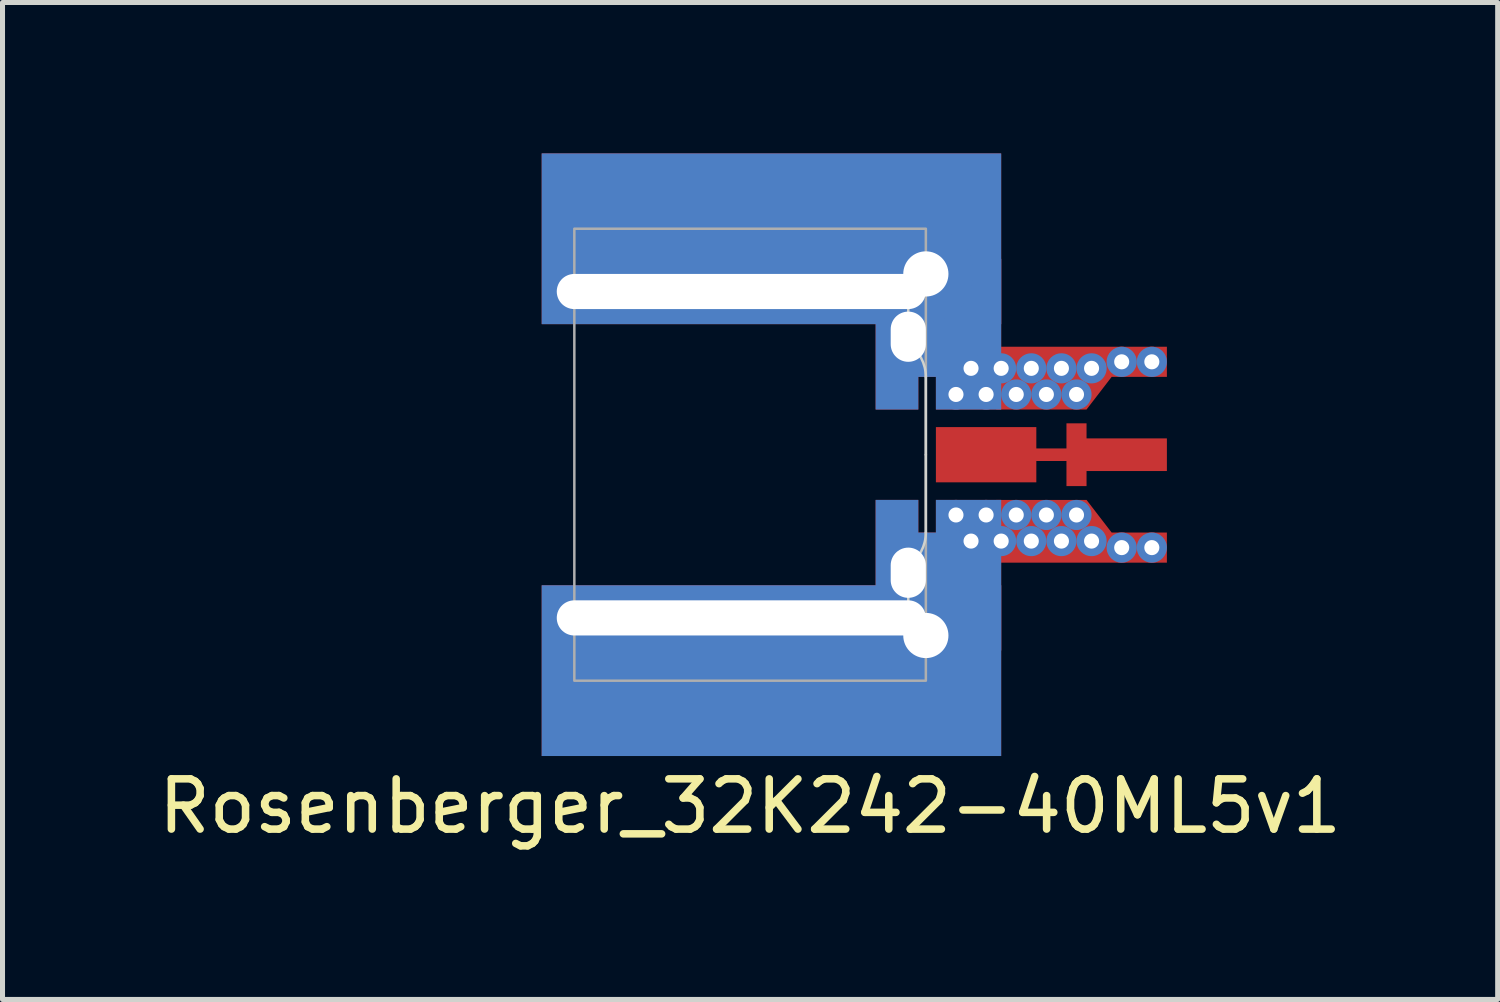
<source format=kicad_pcb>
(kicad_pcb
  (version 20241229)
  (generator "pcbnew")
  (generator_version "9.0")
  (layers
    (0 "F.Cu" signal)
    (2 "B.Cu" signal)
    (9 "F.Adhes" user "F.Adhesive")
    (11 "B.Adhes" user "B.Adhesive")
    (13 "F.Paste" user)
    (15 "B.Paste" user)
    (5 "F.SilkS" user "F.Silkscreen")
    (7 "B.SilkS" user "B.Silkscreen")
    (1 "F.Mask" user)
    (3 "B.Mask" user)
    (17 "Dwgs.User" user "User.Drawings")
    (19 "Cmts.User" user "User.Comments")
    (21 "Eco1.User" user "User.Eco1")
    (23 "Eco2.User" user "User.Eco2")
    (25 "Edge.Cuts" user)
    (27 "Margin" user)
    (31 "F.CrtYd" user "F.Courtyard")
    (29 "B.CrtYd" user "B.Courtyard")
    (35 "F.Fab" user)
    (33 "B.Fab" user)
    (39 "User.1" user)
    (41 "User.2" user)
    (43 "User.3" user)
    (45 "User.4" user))
  (footprint "Rosenberger_32K242-40ML5v1"
    (layer "F.Cu")
    (at 8.387 6.005)
    (property "Reference" "Rosenberger_32K242-40ML5v1" (at 3.5 7 0) (unlocked yes) (layer "F.SilkS") (effects (font (size 1 1) (thickness 0.15))))
    (attr through_hole allow_soldermask_bridges)
    (fp_poly (pts (xy 8.5 -1) (xy 7.3 -1) (xy 7.3 -1.65) (xy 6.1 -1.65) (xy 6.1 -2.7) (xy -0.65 -2.7) (xy -0.65 2.7) (xy 6.1 2.7) (xy 6.1 1.65) (xy 7.3 1.65) (xy 7.3 1) (xy 8.5 1) (xy 8.5 0.55) (xy 9.2 0.55) (xy 9.2 -0.55) (xy 8.5 -0.55)) (stroke (width 0) (type solid)) (fill yes) (layer "F.Mask"))
    (fp_poly (pts (xy 11.8 2.15) (xy 8.7 2.15) (xy 8.7 0.75) (xy 8.45 0.75) (xy 8.45 0.55) (xy 9.2 0.55) (xy 9.2 0.75) (xy 9.4 0.75) (xy 9.4 -0.75) (xy 9.2 -0.75) (xy 9.2 -0.55) (xy 8.45 -0.55) (xy 8.45 -0.75) (xy 8.7 -0.75) (xy 8.7 -2.15) (xy 11.8 -2.15)) (stroke (width 0) (type solid)) (fill yes) (layer "F.Mask"))
    (fp_rect (start 6 -1.55) (end 8.5 1.55) (stroke (width 0) (type solid)) (fill yes) (layer "B.Mask"))
    (fp_line (start 0 -3.25) (end 6.65 -3.25) (stroke (width 0.05) (type solid)) (layer "Edge.Cuts"))
    (fp_line (start 0 3.25) (end 6.65 3.25) (stroke (width 0.05) (type solid)) (layer "Edge.Cuts"))
    (fp_line (start 6.65 -3.25) (end 6.65 -2.211) (stroke (width 0.05) (type default)) (layer "Edge.Cuts"))
    (fp_line (start 6.65 3.25) (end 6.65 2.211) (stroke (width 0.05) (type default)) (layer "Edge.Cuts"))
    (fp_line (start 7 -1.55) (end 7 0) (stroke (width 0.05) (type solid)) (layer "Edge.Cuts"))
    (fp_line (start 7 0) (end 7 1.55) (stroke (width 0.05) (type solid)) (layer "Edge.Cuts"))
    (fp_arc (start 6.65 -2.211438) (mid 6.907107 -1.924166) (end 7 -1.55) (stroke (width 0.05) (type default)) (layer "Edge.Cuts"))
    (fp_arc (start 7 1.55) (mid 6.907107 1.924166) (end 6.65 2.211438) (stroke (width 0.05) (type default)) (layer "Edge.Cuts"))
    (fp_line (start 0 -3.5) (end 6.975 -3.5) (stroke (width 0.05) (type solid)) (layer "F.Fab"))
    (fp_line (start 0 3.5) (end 6.975 3.5) (stroke (width 0.05) (type solid)) (layer "F.Fab"))
    (fp_rect (start 0 4.5) (end 7 -4.5) (stroke (width 0.05) (type solid)) (fill no) (layer "F.Fab"))
    (fp_line (start 0 -3.6) (end 6.55 -3.6) (stroke (width 0.01) (type solid)) (layer "User.1"))
    (fp_line (start 0 -2.9) (end 6.3 -2.9) (stroke (width 0.01) (type solid)) (layer "User.1"))
    (fp_line (start 0 3.6) (end 6.55 3.6) (stroke (width 0.01) (type solid)) (layer "User.1"))
    (fp_line (start 0.3 -6) (end 0.3 -3.6) (stroke (width 0.01) (type solid)) (layer "User.1"))
    (fp_line (start 0.3 3.6) (end 0.3 6) (stroke (width 0.01) (type solid)) (layer "User.1"))
    (fp_line (start 0.3 6) (end 11.8 6) (stroke (width 0.01) (type solid)) (layer "User.1"))
    (fp_line (start 5.4 -1.55) (end 5.4 1.55) (stroke (width 0.01) (type solid)) (layer "User.1"))
    (fp_line (start 6.3 -2.9) (end 6.3 -1.45) (stroke (width 0.01) (type solid)) (layer "User.1"))
    (fp_line (start 6.3 1.45) (end 6.3 2.9) (stroke (width 0.01) (type solid)) (layer "User.1"))
    (fp_line (start 6.3 2.9) (end 0 2.9) (stroke (width 0.01) (type solid)) (layer "User.1"))
    (fp_line (start 7 -3.15) (end 7 -1.55) (stroke (width 0.01) (type solid)) (layer "User.1"))
    (fp_line (start 7 1.55) (end 7 -1.55) (stroke (width 0.01) (type solid)) (layer "User.1"))
    (fp_line (start 7 1.55) (end 7 3.15) (stroke (width 0.01) (type solid)) (layer "User.1"))
    (fp_line (start 7 1.55) (end 7.2 1.55) (stroke (width 0.01) (type solid)) (layer "User.1"))
    (fp_line (start 7.2 -1.55) (end 7 -1.55) (stroke (width 0.01) (type solid)) (layer "User.1"))
    (fp_line (start 7.2 -1.55) (end 7.2 -0.9) (stroke (width 0.01) (type solid)) (layer "User.1"))
    (fp_line (start 7.2 -0.9) (end 10.2 -0.9) (stroke (width 0.01) (type solid)) (layer "User.1"))
    (fp_line (start 7.2 0.9) (end 7.2 1.55) (stroke (width 0.01) (type solid)) (layer "User.1"))
    (fp_line (start 10.2 -0.9) (end 10.7 -1.55) (stroke (width 0.01) (type solid)) (layer "User.1"))
    (fp_line (start 10.2 0.9) (end 7.2 0.9) (stroke (width 0.01) (type solid)) (layer "User.1"))
    (fp_line (start 10.7 -1.55) (end 11.8 -1.55) (stroke (width 0.01) (type solid)) (layer "User.1"))
    (fp_line (start 10.7 1.55) (end 10.2 0.9) (stroke (width 0.01) (type solid)) (layer "User.1"))
    (fp_line (start 11.5 -2.15) (end 11.5 -2.35) (stroke (width 0.01) (type solid)) (layer "User.1"))
    (fp_line (start 11.5 2.35) (end 11.5 2.15) (stroke (width 0.01) (type solid)) (layer "User.1"))
    (fp_line (start 11.8 -6) (end 0.3 -6) (stroke (width 0.01) (type solid)) (layer "User.1"))
    (fp_line (start 11.8 -1.55) (end 11.8 -6) (stroke (width 0.01) (type solid)) (layer "User.1"))
    (fp_line (start 11.8 1.55) (end 10.7 1.55) (stroke (width 0.01) (type solid)) (layer "User.1"))
    (fp_line (start 11.8 6) (end 11.8 1.55) (stroke (width 0.01) (type solid)) (layer "User.1"))
    (fp_arc (start -0.35 -3.25) (mid -0.247487 -3.497487) (end 0 -3.6) (stroke (width 0.01) (type solid)) (layer "User.1"))
    (fp_arc (start -0.35 3.25) (mid -0.247487 3.002513) (end 0 2.9) (stroke (width 0.01) (type solid)) (layer "User.1"))
    (fp_arc (start 0 -2.9) (mid -0.247487 -3.002513) (end -0.35 -3.25) (stroke (width 0.01) (type solid)) (layer "User.1"))
    (fp_arc (start 0 3.6) (mid -0.247487 3.497487) (end -0.35 3.25) (stroke (width 0.01) (type solid)) (layer "User.1"))
    (fp_arc (start 5.4 -1.55) (mid 5.634315 -2.115685) (end 6.2 -2.35) (stroke (width 0.01) (type solid)) (layer "User.1"))
    (fp_arc (start 6.2 -2.35) (mid 6.765685 -2.115685) (end 7 -1.55) (stroke (width 0.01) (type solid)) (layer "User.1"))
    (fp_arc (start 6.2 2.35) (mid 5.634315 2.115685) (end 5.4 1.55) (stroke (width 0.01) (type solid)) (layer "User.1"))
    (fp_arc (start 6.3 1.45) (mid 6.402513 1.202513) (end 6.65 1.1) (stroke (width 0.01) (type solid)) (layer "User.1"))
    (fp_arc (start 6.55 -3.6) (mid 6.827792 -4.015746) (end 7.318198 -3.918198) (stroke (width 0.01) (type solid)) (layer "User.1"))
    (fp_arc (start 6.65 -1.1) (mid 6.402513 -1.202513) (end 6.3 -1.45) (stroke (width 0.01) (type solid)) (layer "User.1"))
    (fp_arc (start 6.65 1.1) (mid 6.897487 1.202513) (end 7 1.45) (stroke (width 0.01) (type solid)) (layer "User.1"))
    (fp_arc (start 6.994984 -1.639443) (mid 6.998745 -1.594792) (end 7 -1.55) (stroke (width 0.01) (type solid)) (layer "User.1"))
    (fp_arc (start 7 -1.45) (mid 6.897487 -1.202513) (end 6.65 -1.1) (stroke (width 0.01) (type solid)) (layer "User.1"))
    (fp_arc (start 7 1.55) (mid 6.765685 2.115685) (end 6.2 2.35) (stroke (width 0.01) (type solid)) (layer "User.1"))
    (fp_arc (start 7 1.55) (mid 6.998745 1.594792) (end 6.994984 1.639443) (stroke (width 0.01) (type solid)) (layer "User.1"))
    (fp_arc (start 7 3.15) (mid 7.415746 3.427792) (end 7.318198 3.918198) (stroke (width 0.01) (type solid)) (layer "User.1"))
    (fp_arc (start 7.318198 -3.918198) (mid 7.415746 -3.427792) (end 7 -3.15) (stroke (width 0.01) (type solid)) (layer "User.1"))
    (fp_arc (start 7.318198 3.918198) (mid 6.827792 4.015746) (end 6.55 3.6) (stroke (width 0.01) (type solid)) (layer "User.1"))
    (fp_circle (center 7.6 -1.2) (end 7.75 -1.2) (stroke (width 0.01) (type solid)) (fill no) (layer "User.1"))
    (fp_circle (center 7.6 -1.2) (end 7.9 -1.2) (stroke (width 0.01) (type solid)) (fill no) (layer "User.1"))
    (fp_circle (center 7.6 1.2) (end 7.75 1.2) (stroke (width 0.01) (type solid)) (fill no) (layer "User.1"))
    (fp_circle (center 7.6 1.2) (end 7.9 1.2) (stroke (width 0.01) (type solid)) (fill no) (layer "User.1"))
    (fp_circle (center 7.9 -1.72) (end 8.05 -1.72) (stroke (width 0.01) (type solid)) (fill no) (layer "User.1"))
    (fp_circle (center 7.9 -1.72) (end 8.2 -1.72) (stroke (width 0.01) (type solid)) (fill no) (layer "User.1"))
    (fp_circle (center 7.9 1.72) (end 8.05 1.72) (stroke (width 0.01) (type solid)) (fill no) (layer "User.1"))
    (fp_circle (center 7.9 1.72) (end 8.2 1.72) (stroke (width 0.01) (type solid)) (fill no) (layer "User.1"))
    (fp_circle (center 8.2 -1.2) (end 8.35 -1.2) (stroke (width 0.01) (type solid)) (fill no) (layer "User.1"))
    (fp_circle (center 8.2 -1.2) (end 8.5 -1.2) (stroke (width 0.01) (type solid)) (fill no) (layer "User.1"))
    (fp_circle (center 8.2 1.2) (end 8.35 1.2) (stroke (width 0.01) (type solid)) (fill no) (layer "User.1"))
    (fp_circle (center 8.2 1.2) (end 8.5 1.2) (stroke (width 0.01) (type solid)) (fill no) (layer "User.1"))
    (fp_circle (center 8.5 -1.72) (end 8.65 -1.72) (stroke (width 0.01) (type solid)) (fill no) (layer "User.1"))
    (fp_circle (center 8.5 -1.72) (end 8.8 -1.72) (stroke (width 0.01) (type solid)) (fill no) (layer "User.1"))
    (fp_circle (center 8.5 1.72) (end 8.65 1.72) (stroke (width 0.01) (type solid)) (fill no) (layer "User.1"))
    (fp_circle (center 8.5 1.72) (end 8.8 1.72) (stroke (width 0.01) (type solid)) (fill no) (layer "User.1"))
    (fp_circle (center 8.8 -1.2) (end 8.95 -1.2) (stroke (width 0.01) (type solid)) (fill no) (layer "User.1"))
    (fp_circle (center 8.8 -1.2) (end 9.1 -1.2) (stroke (width 0.01) (type solid)) (fill no) (layer "User.1"))
    (fp_circle (center 8.8 1.2) (end 8.95 1.2) (stroke (width 0.01) (type solid)) (fill no) (layer "User.1"))
    (fp_circle (center 8.8 1.2) (end 9.1 1.2) (stroke (width 0.01) (type solid)) (fill no) (layer "User.1"))
    (fp_circle (center 9.1 -1.72) (end 9.25 -1.72) (stroke (width 0.01) (type solid)) (fill no) (layer "User.1"))
    (fp_circle (center 9.1 -1.72) (end 9.4 -1.72) (stroke (width 0.01) (type solid)) (fill no) (layer "User.1"))
    (fp_circle (center 9.1 1.72) (end 9.25 1.72) (stroke (width 0.01) (type solid)) (fill no) (layer "User.1"))
    (fp_circle (center 9.1 1.72) (end 9.4 1.72) (stroke (width 0.01) (type solid)) (fill no) (layer "User.1"))
    (fp_circle (center 9.4 -1.2) (end 9.55 -1.2) (stroke (width 0.01) (type solid)) (fill no) (layer "User.1"))
    (fp_circle (center 9.4 -1.2) (end 9.7 -1.2) (stroke (width 0.01) (type solid)) (fill no) (layer "User.1"))
    (fp_circle (center 9.4 1.2) (end 9.55 1.2) (stroke (width 0.01) (type solid)) (fill no) (layer "User.1"))
    (fp_circle (center 9.4 1.2) (end 9.7 1.2) (stroke (width 0.01) (type solid)) (fill no) (layer "User.1"))
    (fp_circle (center 9.7 -1.72) (end 9.85 -1.72) (stroke (width 0.01) (type solid)) (fill no) (layer "User.1"))
    (fp_circle (center 9.7 -1.72) (end 10 -1.72) (stroke (width 0.01) (type solid)) (fill no) (layer "User.1"))
    (fp_circle (center 9.7 1.72) (end 9.85 1.72) (stroke (width 0.01) (type solid)) (fill no) (layer "User.1"))
    (fp_circle (center 9.7 1.72) (end 10 1.72) (stroke (width 0.01) (type solid)) (fill no) (layer "User.1"))
    (fp_circle (center 10 -1.2) (end 10.15 -1.2) (stroke (width 0.01) (type solid)) (fill no) (layer "User.1"))
    (fp_circle (center 10 -1.2) (end 10.3 -1.2) (stroke (width 0.01) (type solid)) (fill no) (layer "User.1"))
    (fp_circle (center 10 1.2) (end 10.15 1.2) (stroke (width 0.01) (type solid)) (fill no) (layer "User.1"))
    (fp_circle (center 10 1.2) (end 10.3 1.2) (stroke (width 0.01) (type solid)) (fill no) (layer "User.1"))
    (fp_circle (center 10.3 -1.72) (end 10.45 -1.72) (stroke (width 0.01) (type solid)) (fill no) (layer "User.1"))
    (fp_circle (center 10.3 -1.72) (end 10.6 -1.72) (stroke (width 0.01) (type solid)) (fill no) (layer "User.1"))
    (fp_circle (center 10.3 1.72) (end 10.45 1.72) (stroke (width 0.01) (type solid)) (fill no) (layer "User.1"))
    (fp_circle (center 10.3 1.72) (end 10.6 1.72) (stroke (width 0.01) (type solid)) (fill no) (layer "User.1"))
    (fp_circle (center 10.9 -1.85) (end 11.05 -1.85) (stroke (width 0.01) (type solid)) (fill no) (layer "User.1"))
    (fp_circle (center 10.9 -1.85) (end 11.2 -1.85) (stroke (width 0.01) (type solid)) (fill no) (layer "User.1"))
    (fp_circle (center 10.9 1.85) (end 11.05 1.85) (stroke (width 0.01) (type solid)) (fill no) (layer "User.1"))
    (fp_circle (center 10.9 1.85) (end 11.2 1.85) (stroke (width 0.01) (type solid)) (fill no) (layer "User.1"))
    (fp_circle (center 11.5 -1.85) (end 11.65 -1.85) (stroke (width 0.01) (type solid)) (fill no) (layer "User.1"))
    (fp_circle (center 11.5 -1.85) (end 11.8 -1.85) (stroke (width 0.01) (type solid)) (fill no) (layer "User.1"))
    (fp_circle (center 11.5 1.85) (end 11.65 1.85) (stroke (width 0.01) (type solid)) (fill no) (layer "User.1"))
    (fp_circle (center 11.5 1.85) (end 11.8 1.85) (stroke (width 0.01) (type solid)) (fill no) (layer "User.1"))
    (fp_poly (pts (xy 10.2 0.625) (xy 9.8 0.625) (xy 9.8 0.125) (xy 9.2 0.125) (xy 9.2 0.55) (xy 7.2 0.55) (xy 7.2 -0.55) (xy 9.2 -0.55) (xy 9.2 -0.125) (xy 9.8 -0.125) (xy 9.8 -0.625) (xy 10.2 -0.625) (xy 10.2 -0.325) (xy 11.8 -0.325) (xy 11.8 0.325) (xy 10.2 0.325)) (stroke (width 0.01) (type solid)) (fill no) (layer "User.1"))
    (fp_line (start 0.3 -6) (end 0.3 -3.6) (stroke (width 0.01) (type solid)) (layer "User.2"))
    (fp_line (start 0.3 -3.6) (end 6.55 -3.6) (stroke (width 0.01) (type solid)) (layer "User.2"))
    (fp_line (start 0.3 3.6) (end 0.3 6) (stroke (width 0.01) (type solid)) (layer "User.2"))
    (fp_line (start 0.3 3.6) (end 6.55 3.6) (stroke (width 0.01) (type solid)) (layer "User.2"))
    (fp_line (start 0.3 6) (end 11.8 6) (stroke (width 0.01) (type solid)) (layer "User.2"))
    (fp_line (start 7 -3.15) (end 7 -1.55) (stroke (width 0.01) (type solid)) (layer "User.2"))
    (fp_line (start 7 1.55) (end 7 3.15) (stroke (width 0.01) (type solid)) (layer "User.2"))
    (fp_line (start 7 1.55) (end 7.2 1.55) (stroke (width 0.01) (type solid)) (layer "User.2"))
    (fp_line (start 7.2 -1.55) (end 7 -1.55) (stroke (width 0.01) (type solid)) (layer "User.2"))
    (fp_line (start 7.2 -1.55) (end 7.2 -1.55) (stroke (width 0.01) (type solid)) (layer "User.2"))
    (fp_line (start 7.2 -1.55) (end 7.2 -0.9) (stroke (width 0.01) (type solid)) (layer "User.2"))
    (fp_line (start 7.2 -0.9) (end 10.2 -0.9) (stroke (width 0.01) (type solid)) (layer "User.2"))
    (fp_line (start 7.2 0.9) (end 7.2 1.55) (stroke (width 0.01) (type solid)) (layer "User.2"))
    (fp_line (start 10.2 -0.9) (end 10.7 -1.55) (stroke (width 0.01) (type solid)) (layer "User.2"))
    (fp_line (start 10.2 0.9) (end 7.2 0.9) (stroke (width 0.01) (type solid)) (layer "User.2"))
    (fp_line (start 10.7 -1.55) (end 11.8 -1.55) (stroke (width 0.01) (type solid)) (layer "User.2"))
    (fp_line (start 10.7 1.55) (end 10.2 0.9) (stroke (width 0.01) (type solid)) (layer "User.2"))
    (fp_line (start 11.8 -6) (end 0.3 -6) (stroke (width 0.01) (type solid)) (layer "User.2"))
    (fp_line (start 11.8 -1.55) (end 11.8 -6) (stroke (width 0.01) (type solid)) (layer "User.2"))
    (fp_line (start 11.8 1.55) (end 10.7 1.55) (stroke (width 0.01) (type solid)) (layer "User.2"))
    (fp_line (start 11.8 6) (end 11.8 1.55) (stroke (width 0.01) (type solid)) (layer "User.2"))
    (fp_arc (start 6.55 -3.6) (mid 6.827792 -4.015746) (end 7.318198 -3.918198) (stroke (width 0.01) (type solid)) (layer "User.2"))
    (fp_arc (start 7 3.15) (mid 7.415746 3.427792) (end 7.318198 3.918198) (stroke (width 0.01) (type solid)) (layer "User.2"))
    (fp_arc (start 7.318198 -3.918198) (mid 7.415746 -3.427792) (end 7 -3.15) (stroke (width 0.01) (type solid)) (layer "User.2"))
    (fp_arc (start 7.318198 3.918198) (mid 6.827792 4.015746) (end 6.55 3.6) (stroke (width 0.01) (type solid)) (layer "User.2"))
    (fp_circle (center 7.6 -1.2) (end 7.75 -1.2) (stroke (width 0.01) (type solid)) (fill no) (layer "User.2"))
    (fp_circle (center 7.6 1.2) (end 7.75 1.2) (stroke (width 0.01) (type solid)) (fill no) (layer "User.2"))
    (fp_circle (center 7.9 -1.72) (end 8.05 -1.72) (stroke (width 0.01) (type solid)) (fill no) (layer "User.2"))
    (fp_circle (center 7.9 1.72) (end 8.05 1.72) (stroke (width 0.01) (type solid)) (fill no) (layer "User.2"))
    (fp_circle (center 8.2 -1.2) (end 8.35 -1.2) (stroke (width 0.01) (type solid)) (fill no) (layer "User.2"))
    (fp_circle (center 8.2 1.2) (end 8.35 1.2) (stroke (width 0.01) (type solid)) (fill no) (layer "User.2"))
    (fp_circle (center 8.5 -1.72) (end 8.65 -1.72) (stroke (width 0.01) (type solid)) (fill no) (layer "User.2"))
    (fp_circle (center 8.5 1.72) (end 8.65 1.72) (stroke (width 0.01) (type solid)) (fill no) (layer "User.2"))
    (fp_circle (center 8.8 -1.2) (end 8.95 -1.2) (stroke (width 0.01) (type solid)) (fill no) (layer "User.2"))
    (fp_circle (center 8.8 1.2) (end 8.95 1.2) (stroke (width 0.01) (type solid)) (fill no) (layer "User.2"))
    (fp_circle (center 9.1 -1.72) (end 9.25 -1.72) (stroke (width 0.01) (type solid)) (fill no) (layer "User.2"))
    (fp_circle (center 9.1 1.72) (end 9.25 1.72) (stroke (width 0.01) (type solid)) (fill no) (layer "User.2"))
    (fp_circle (center 9.4 -1.2) (end 9.55 -1.2) (stroke (width 0.01) (type solid)) (fill no) (layer "User.2"))
    (fp_circle (center 9.4 1.2) (end 9.55 1.2) (stroke (width 0.01) (type solid)) (fill no) (layer "User.2"))
    (fp_circle (center 9.7 -1.72) (end 9.85 -1.72) (stroke (width 0.01) (type solid)) (fill no) (layer "User.2"))
    (fp_circle (center 9.7 1.72) (end 9.85 1.72) (stroke (width 0.01) (type solid)) (fill no) (layer "User.2"))
    (fp_circle (center 10 -1.2) (end 10.15 -1.2) (stroke (width 0.01) (type solid)) (fill no) (layer "User.2"))
    (fp_circle (center 10 1.2) (end 10.15 1.2) (stroke (width 0.01) (type solid)) (fill no) (layer "User.2"))
    (fp_circle (center 10.3 -1.72) (end 10.45 -1.72) (stroke (width 0.01) (type solid)) (fill no) (layer "User.2"))
    (fp_circle (center 10.3 1.72) (end 10.45 1.72) (stroke (width 0.01) (type solid)) (fill no) (layer "User.2"))
    (fp_circle (center 10.9 -1.85) (end 11.05 -1.85) (stroke (width 0.01) (type solid)) (fill no) (layer "User.2"))
    (fp_circle (center 10.9 1.85) (end 11.05 1.85) (stroke (width 0.01) (type solid)) (fill no) (layer "User.2"))
    (fp_circle (center 11.5 -1.85) (end 11.65 -1.85) (stroke (width 0.01) (type solid)) (fill no) (layer "User.2"))
    (fp_circle (center 11.5 1.85) (end 11.65 1.85) (stroke (width 0.01) (type solid)) (fill no) (layer "User.2"))
    (fp_line (start 0.3 -6) (end 0.3 -3.6) (stroke (width 0.01) (type solid)) (layer "User.3"))
    (fp_line (start 0.3 -3.6) (end 6.55 -3.6) (stroke (width 0.01) (type solid)) (layer "User.3"))
    (fp_line (start 0.3 3.6) (end 0.3 6) (stroke (width 0.01) (type solid)) (layer "User.3"))
    (fp_line (start 0.3 6) (end 11.8 6) (stroke (width 0.01) (type solid)) (layer "User.3"))
    (fp_line (start 6.55 3.6) (end 0.3 3.6) (stroke (width 0.01) (type solid)) (layer "User.3"))
    (fp_line (start 7 -3.15) (end 7 -1.55) (stroke (width 0.01) (type solid)) (layer "User.3"))
    (fp_line (start 7 -3.15) (end 7 3.15) (stroke (width 0.01) (type solid)) (layer "User.3"))
    (fp_line (start 7 -1.55) (end 7 1.55) (stroke (width 0.01) (type solid)) (layer "User.3"))
    (fp_line (start 7 -1.55) (end 7.2 -1.55) (stroke (width 0.01) (type solid)) (layer "User.3"))
    (fp_line (start 7 1.55) (end 7 3.15) (stroke (width 0.01) (type solid)) (layer "User.3"))
    (fp_line (start 7 1.55) (end 7.2 1.55) (stroke (width 0.01) (type solid)) (layer "User.3"))
    (fp_line (start 7.2 -1.55) (end 7 -1.55) (stroke (width 0.01) (type solid)) (layer "User.3"))
    (fp_line (start 7.2 -1.55) (end 7.2 -0.9) (stroke (width 0.01) (type solid)) (layer "User.3"))
    (fp_line (start 7.2 -0.9) (end 9.2 -0.9) (stroke (width 0.01) (type solid)) (layer "User.3"))
    (fp_line (start 7.2 0.9) (end 7.2 1.55) (stroke (width 0.01) (type solid)) (layer "User.3"))
    (fp_line (start 7.2 1.55) (end 7 1.55) (stroke (width 0.01) (type solid)) (layer "User.3"))
    (fp_line (start 9.2 -0.9) (end 9.2 0.9) (stroke (width 0.01) (type solid)) (layer "User.3"))
    (fp_line (start 9.2 0.9) (end 7.2 0.9) (stroke (width 0.01) (type solid)) (layer "User.3"))
    (fp_line (start 11.8 -6) (end 0.3 -6) (stroke (width 0.01) (type solid)) (layer "User.3"))
    (fp_line (start 11.8 6) (end 11.8 -6) (stroke (width 0.01) (type solid)) (layer "User.3"))
    (fp_arc (start 6.55 -3.6) (mid 6.827792 -4.015746) (end 7.318198 -3.918198) (stroke (width 0.01) (type solid)) (layer "User.3"))
    (fp_arc (start 6.55 -3.6) (mid 6.827792 -4.015746) (end 7.318198 -3.918198) (stroke (width 0.01) (type solid)) (layer "User.3"))
    (fp_arc (start 7 3.15) (mid 7.415746 3.427792) (end 7.318198 3.918198) (stroke (width 0.01) (type solid)) (layer "User.3"))
    (fp_arc (start 7.318198 -3.918198) (mid 7.415746 -3.427792) (end 7 -3.15) (stroke (width 0.01) (type solid)) (layer "User.3"))
    (fp_arc (start 7.318198 3.918198) (mid 6.827792 4.015746) (end 6.55 3.6) (stroke (width 0.01) (type solid)) (layer "User.3"))
    (fp_circle (center 7.6 -1.2) (end 7.75 -1.2) (stroke (width 0.01) (type solid)) (fill no) (layer "User.3"))
    (fp_circle (center 7.6 1.2) (end 7.75 1.2) (stroke (width 0.01) (type solid)) (fill no) (layer "User.3"))
    (fp_circle (center 7.9 -1.72) (end 8.05 -1.72) (stroke (width 0.01) (type solid)) (fill no) (layer "User.3"))
    (fp_circle (center 7.9 1.72) (end 8.05 1.72) (stroke (width 0.01) (type solid)) (fill no) (layer "User.3"))
    (fp_circle (center 8.2 -1.2) (end 8.35 -1.2) (stroke (width 0.01) (type solid)) (fill no) (layer "User.3"))
    (fp_circle (center 8.2 1.2) (end 8.35 1.2) (stroke (width 0.01) (type solid)) (fill no) (layer "User.3"))
    (fp_circle (center 8.5 -1.72) (end 8.65 -1.72) (stroke (width 0.01) (type solid)) (fill no) (layer "User.3"))
    (fp_circle (center 8.5 1.72) (end 8.65 1.72) (stroke (width 0.01) (type solid)) (fill no) (layer "User.3"))
    (fp_circle (center 8.8 -1.2) (end 8.95 -1.2) (stroke (width 0.01) (type solid)) (fill no) (layer "User.3"))
    (fp_circle (center 8.8 1.2) (end 8.95 1.2) (stroke (width 0.01) (type solid)) (fill no) (layer "User.3"))
    (fp_circle (center 9.1 -1.72) (end 9.25 -1.72) (stroke (width 0.01) (type solid)) (fill no) (layer "User.3"))
    (fp_circle (center 9.1 1.72) (end 9.25 1.72) (stroke (width 0.01) (type solid)) (fill no) (layer "User.3"))
    (fp_circle (center 9.4 -1.2) (end 9.55 -1.2) (stroke (width 0.01) (type solid)) (fill no) (layer "User.3"))
    (fp_circle (center 9.4 1.2) (end 9.55 1.2) (stroke (width 0.01) (type solid)) (fill no) (layer "User.3"))
    (fp_circle (center 9.7 -1.72) (end 9.85 -1.72) (stroke (width 0.01) (type solid)) (fill no) (layer "User.3"))
    (fp_circle (center 9.7 1.72) (end 9.85 1.72) (stroke (width 0.01) (type solid)) (fill no) (layer "User.3"))
    (fp_circle (center 10 -1.2) (end 10.15 -1.2) (stroke (width 0.01) (type solid)) (fill no) (layer "User.3"))
    (fp_circle (center 10 1.2) (end 10.15 1.2) (stroke (width 0.01) (type solid)) (fill no) (layer "User.3"))
    (fp_circle (center 10.3 -1.72) (end 10.45 -1.72) (stroke (width 0.01) (type solid)) (fill no) (layer "User.3"))
    (fp_circle (center 10.3 1.72) (end 10.45 1.72) (stroke (width 0.01) (type solid)) (fill no) (layer "User.3"))
    (fp_circle (center 10.9 -1.85) (end 11.05 -1.85) (stroke (width 0.01) (type solid)) (fill no) (layer "User.3"))
    (fp_circle (center 10.9 1.85) (end 11.05 1.85) (stroke (width 0.01) (type solid)) (fill no) (layer "User.3"))
    (fp_circle (center 11.5 -1.85) (end 11.65 -1.85) (stroke (width 0.01) (type solid)) (fill no) (layer "User.3"))
    (fp_circle (center 11.5 1.85) (end 11.65 1.85) (stroke (width 0.01) (type solid)) (fill no) (layer "User.3"))
    (fp_line (start 0.3 -6) (end 0.3 -3.6) (stroke (width 0.01) (type solid)) (layer "User.4"))
    (fp_line (start 0.3 -3.6) (end 6.55 -3.6) (stroke (width 0.01) (type solid)) (layer "User.4"))
    (fp_line (start 0.3 3.6) (end 0.3 6) (stroke (width 0.01) (type solid)) (layer "User.4"))
    (fp_line (start 0.3 6) (end 11.8 6) (stroke (width 0.01) (type solid)) (layer "User.4"))
    (fp_line (start 6.55 3.6) (end 0.3 3.6) (stroke (width 0.01) (type solid)) (layer "User.4"))
    (fp_line (start 7 -3.15) (end 7 3.15) (stroke (width 0.01) (type solid)) (layer "User.4"))
    (fp_line (start 7 1.55) (end 7.2 1.55) (stroke (width 0.01) (type solid)) (layer "User.4"))
    (fp_line (start 7.2 -1.55) (end 7 -1.55) (stroke (width 0.01) (type solid)) (layer "User.4"))
    (fp_line (start 7.2 1.55) (end 7.2 -1.55) (stroke (width 0.01) (type solid)) (layer "User.4"))
    (fp_line (start 11.8 -6) (end 0.3 -6) (stroke (width 0.01) (type solid)) (layer "User.4"))
    (fp_line (start 11.8 6) (end 11.8 -6) (stroke (width 0.01) (type solid)) (layer "User.4"))
    (fp_arc (start 6.55 -3.6) (mid 6.827792 -4.015746) (end 7.318198 -3.918198) (stroke (width 0.01) (type solid)) (layer "User.4"))
    (fp_arc (start 7 3.15) (mid 7.415746 3.427792) (end 7.318198 3.918198) (stroke (width 0.01) (type solid)) (layer "User.4"))
    (fp_arc (start 7.318198 -3.918198) (mid 7.415746 -3.427792) (end 7 -3.15) (stroke (width 0.01) (type solid)) (layer "User.4"))
    (fp_arc (start 7.318198 3.918198) (mid 6.827792 4.015746) (end 6.55 3.6) (stroke (width 0.01) (type solid)) (layer "User.4"))
    (fp_circle (center 7.6 -1.2) (end 7.75 -1.2) (stroke (width 0.01) (type solid)) (fill no) (layer "User.4"))
    (fp_circle (center 7.6 1.2) (end 7.75 1.2) (stroke (width 0.01) (type solid)) (fill no) (layer "User.4"))
    (fp_circle (center 7.9 -1.72) (end 8.05 -1.72) (stroke (width 0.01) (type solid)) (fill no) (layer "User.4"))
    (fp_circle (center 7.9 1.72) (end 8.05 1.72) (stroke (width 0.01) (type solid)) (fill no) (layer "User.4"))
    (fp_circle (center 8.2 -1.2) (end 8.35 -1.2) (stroke (width 0.01) (type solid)) (fill no) (layer "User.4"))
    (fp_circle (center 8.2 1.2) (end 8.35 1.2) (stroke (width 0.01) (type solid)) (fill no) (layer "User.4"))
    (fp_circle (center 8.5 -1.72) (end 8.65 -1.72) (stroke (width 0.01) (type solid)) (fill no) (layer "User.4"))
    (fp_circle (center 8.5 1.72) (end 8.65 1.72) (stroke (width 0.01) (type solid)) (fill no) (layer "User.4"))
    (fp_circle (center 8.8 -1.2) (end 8.95 -1.2) (stroke (width 0.01) (type solid)) (fill no) (layer "User.4"))
    (fp_circle (center 8.8 1.2) (end 8.95 1.2) (stroke (width 0.01) (type solid)) (fill no) (layer "User.4"))
    (fp_circle (center 9.1 -1.72) (end 9.25 -1.72) (stroke (width 0.01) (type solid)) (fill no) (layer "User.4"))
    (fp_circle (center 9.1 1.72) (end 9.25 1.72) (stroke (width 0.01) (type solid)) (fill no) (layer "User.4"))
    (fp_circle (center 9.4 -1.2) (end 9.55 -1.2) (stroke (width 0.01) (type solid)) (fill no) (layer "User.4"))
    (fp_circle (center 9.4 1.2) (end 9.55 1.2) (stroke (width 0.01) (type solid)) (fill no) (layer "User.4"))
    (fp_circle (center 9.7 -1.72) (end 9.85 -1.72) (stroke (width 0.01) (type solid)) (fill no) (layer "User.4"))
    (fp_circle (center 9.7 1.72) (end 9.85 1.72) (stroke (width 0.01) (type solid)) (fill no) (layer "User.4"))
    (fp_circle (center 10 -1.2) (end 10.15 -1.2) (stroke (width 0.01) (type solid)) (fill no) (layer "User.4"))
    (fp_circle (center 10 1.2) (end 10.15 1.2) (stroke (width 0.01) (type solid)) (fill no) (layer "User.4"))
    (fp_circle (center 10.3 -1.72) (end 10.45 -1.72) (stroke (width 0.01) (type solid)) (fill no) (layer "User.4"))
    (fp_circle (center 10.3 1.72) (end 10.45 1.72) (stroke (width 0.01) (type solid)) (fill no) (layer "User.4"))
    (fp_circle (center 10.9 -1.85) (end 11.05 -1.85) (stroke (width 0.01) (type solid)) (fill no) (layer "User.4"))
    (fp_circle (center 10.9 1.85) (end 11.05 1.85) (stroke (width 0.01) (type solid)) (fill no) (layer "User.4"))
    (fp_circle (center 11.5 -1.85) (end 11.65 -1.85) (stroke (width 0.01) (type solid)) (fill no) (layer "User.4"))
    (fp_circle (center 11.5 1.85) (end 11.65 1.85) (stroke (width 0.01) (type solid)) (fill no) (layer "User.4"))
    (fp_line (start 0.3 -6) (end 0.3 -3.6) (stroke (width 0.01) (type solid)) (layer "User.5"))
    (fp_line (start 0.3 -3.6) (end 6.55 -3.6) (stroke (width 0.01) (type solid)) (layer "User.5"))
    (fp_line (start 0.3 3.6) (end 0.3 6) (stroke (width 0.01) (type solid)) (layer "User.5"))
    (fp_line (start 0.3 6) (end 11.8 6) (stroke (width 0.01) (type solid)) (layer "User.5"))
    (fp_line (start 6.55 3.6) (end 0.3 3.6) (stroke (width 0.01) (type solid)) (layer "User.5"))
    (fp_line (start 7 -3.15) (end 7 3.15) (stroke (width 0.01) (type solid)) (layer "User.5"))
    (fp_line (start 7 1.55) (end 7.2 1.55) (stroke (width 0.01) (type solid)) (layer "User.5"))
    (fp_line (start 7.2 -1.55) (end 7 -1.55) (stroke (width 0.01) (type solid)) (layer "User.5"))
    (fp_line (start 7.2 1.55) (end 7.2 -1.55) (stroke (width 0.01) (type solid)) (layer "User.5"))
    (fp_line (start 11.8 -6) (end 0.3 -6) (stroke (width 0.01) (type solid)) (layer "User.5"))
    (fp_line (start 11.8 6) (end 11.8 -6) (stroke (width 0.01) (type solid)) (layer "User.5"))
    (fp_arc (start 6.55 -3.6) (mid 6.827792 -4.015746) (end 7.318198 -3.918198) (stroke (width 0.01) (type solid)) (layer "User.5"))
    (fp_arc (start 7 3.15) (mid 7.415746 3.427792) (end 7.318198 3.918198) (stroke (width 0.01) (type solid)) (layer "User.5"))
    (fp_arc (start 7.318198 -3.918198) (mid 7.415746 -3.427792) (end 7 -3.15) (stroke (width 0.01) (type solid)) (layer "User.5"))
    (fp_arc (start 7.318198 3.918198) (mid 6.827792 4.015746) (end 6.55 3.6) (stroke (width 0.01) (type solid)) (layer "User.5"))
    (fp_circle (center 7.6 -1.2) (end 7.75 -1.2) (stroke (width 0.01) (type solid)) (fill no) (layer "User.5"))
    (fp_circle (center 7.6 1.2) (end 7.75 1.2) (stroke (width 0.01) (type solid)) (fill no) (layer "User.5"))
    (fp_circle (center 7.9 -1.72) (end 8.05 -1.72) (stroke (width 0.01) (type solid)) (fill no) (layer "User.5"))
    (fp_circle (center 7.9 1.72) (end 8.05 1.72) (stroke (width 0.01) (type solid)) (fill no) (layer "User.5"))
    (fp_circle (center 8.2 -1.2) (end 8.35 -1.2) (stroke (width 0.01) (type solid)) (fill no) (layer "User.5"))
    (fp_circle (center 8.2 1.2) (end 8.35 1.2) (stroke (width 0.01) (type solid)) (fill no) (layer "User.5"))
    (fp_circle (center 8.5 -1.72) (end 8.65 -1.72) (stroke (width 0.01) (type solid)) (fill no) (layer "User.5"))
    (fp_circle (center 8.5 1.72) (end 8.65 1.72) (stroke (width 0.01) (type solid)) (fill no) (layer "User.5"))
    (fp_circle (center 8.8 -1.2) (end 8.95 -1.2) (stroke (width 0.01) (type solid)) (fill no) (layer "User.5"))
    (fp_circle (center 8.8 1.2) (end 8.95 1.2) (stroke (width 0.01) (type solid)) (fill no) (layer "User.5"))
    (fp_circle (center 9.1 -1.72) (end 9.25 -1.72) (stroke (width 0.01) (type solid)) (fill no) (layer "User.5"))
    (fp_circle (center 9.1 1.72) (end 9.25 1.72) (stroke (width 0.01) (type solid)) (fill no) (layer "User.5"))
    (fp_circle (center 9.4 -1.2) (end 9.55 -1.2) (stroke (width 0.01) (type solid)) (fill no) (layer "User.5"))
    (fp_circle (center 9.4 1.2) (end 9.55 1.2) (stroke (width 0.01) (type solid)) (fill no) (layer "User.5"))
    (fp_circle (center 9.7 -1.72) (end 9.85 -1.72) (stroke (width 0.01) (type solid)) (fill no) (layer "User.5"))
    (fp_circle (center 9.7 1.72) (end 9.85 1.72) (stroke (width 0.01) (type solid)) (fill no) (layer "User.5"))
    (fp_circle (center 10 -1.2) (end 10.15 -1.2) (stroke (width 0.01) (type solid)) (fill no) (layer "User.5"))
    (fp_circle (center 10 1.2) (end 10.15 1.2) (stroke (width 0.01) (type solid)) (fill no) (layer "User.5"))
    (fp_circle (center 10.3 -1.72) (end 10.45 -1.72) (stroke (width 0.01) (type solid)) (fill no) (layer "User.5"))
    (fp_circle (center 10.3 1.72) (end 10.45 1.72) (stroke (width 0.01) (type solid)) (fill no) (layer "User.5"))
    (fp_circle (center 10.9 -1.85) (end 11.05 -1.85) (stroke (width 0.01) (type solid)) (fill no) (layer "User.5"))
    (fp_circle (center 10.9 1.85) (end 11.05 1.85) (stroke (width 0.01) (type solid)) (fill no) (layer "User.5"))
    (fp_circle (center 11.5 -1.85) (end 11.65 -1.85) (stroke (width 0.01) (type solid)) (fill no) (layer "User.5"))
    (fp_circle (center 11.5 1.85) (end 11.65 1.85) (stroke (width 0.01) (type solid)) (fill no) (layer "User.5"))
    (fp_line (start 0.3 -6) (end 0.3 -3.6) (stroke (width 0.01) (type solid)) (layer "User.6"))
    (fp_line (start 0.3 -3.6) (end 6.55 -3.6) (stroke (width 0.01) (type solid)) (layer "User.6"))
    (fp_line (start 0.3 3.6) (end 0.3 6) (stroke (width 0.01) (type solid)) (layer "User.6"))
    (fp_line (start 0.3 6) (end 11.8 6) (stroke (width 0.01) (type solid)) (layer "User.6"))
    (fp_line (start 6.55 3.6) (end 0.3 3.6) (stroke (width 0.01) (type solid)) (layer "User.6"))
    (fp_line (start 7 -3.15) (end 7 3.15) (stroke (width 0.01) (type solid)) (layer "User.6"))
    (fp_line (start 7 1.55) (end 7.2 1.55) (stroke (width 0.01) (type solid)) (layer "User.6"))
    (fp_line (start 7.2 -1.55) (end 7 -1.55) (stroke (width 0.01) (type solid)) (layer "User.6"))
    (fp_line (start 7.2 1.55) (end 7.2 -1.55) (stroke (width 0.01) (type solid)) (layer "User.6"))
    (fp_line (start 11.8 -6) (end 0.3 -6) (stroke (width 0.01) (type solid)) (layer "User.6"))
    (fp_line (start 11.8 6) (end 11.8 -6) (stroke (width 0.01) (type solid)) (layer "User.6"))
    (fp_arc (start 6.55 -3.6) (mid 6.827792 -4.015747) (end 7.318198 -3.918198) (stroke (width 0.01) (type solid)) (layer "User.6"))
    (fp_arc (start 7 3.15) (mid 7.415747 3.427792) (end 7.318198 3.918198) (stroke (width 0.01) (type solid)) (layer "User.6"))
    (fp_arc (start 7.318198 -3.918198) (mid 7.415746 -3.427793) (end 7 -3.15) (stroke (width 0.01) (type solid)) (layer "User.6"))
    (fp_arc (start 7.318198 3.918198) (mid 6.827793 4.015746) (end 6.55 3.6) (stroke (width 0.01) (type solid)) (layer "User.6"))
    (fp_circle (center 7.6 -1.2) (end 7.75 -1.2) (stroke (width 0.01) (type solid)) (fill no) (layer "User.6"))
    (fp_circle (center 7.6 1.2) (end 7.75 1.2) (stroke (width 0.01) (type solid)) (fill no) (layer "User.6"))
    (fp_circle (center 7.9 -1.72) (end 8.05 -1.72) (stroke (width 0.01) (type solid)) (fill no) (layer "User.6"))
    (fp_circle (center 7.9 1.72) (end 8.05 1.72) (stroke (width 0.01) (type solid)) (fill no) (layer "User.6"))
    (fp_circle (center 8.2 -1.2) (end 8.35 -1.2) (stroke (width 0.01) (type solid)) (fill no) (layer "User.6"))
    (fp_circle (center 8.2 1.2) (end 8.35 1.2) (stroke (width 0.01) (type solid)) (fill no) (layer "User.6"))
    (fp_circle (center 8.5 -1.72) (end 8.65 -1.72) (stroke (width 0.01) (type solid)) (fill no) (layer "User.6"))
    (fp_circle (center 8.5 1.72) (end 8.65 1.72) (stroke (width 0.01) (type solid)) (fill no) (layer "User.6"))
    (fp_circle (center 8.8 -1.2) (end 8.95 -1.2) (stroke (width 0.01) (type solid)) (fill no) (layer "User.6"))
    (fp_circle (center 8.8 1.2) (end 8.95 1.2) (stroke (width 0.01) (type solid)) (fill no) (layer "User.6"))
    (fp_circle (center 9.1 -1.72) (end 9.25 -1.72) (stroke (width 0.01) (type solid)) (fill no) (layer "User.6"))
    (fp_circle (center 9.1 1.72) (end 9.25 1.72) (stroke (width 0.01) (type solid)) (fill no) (layer "User.6"))
    (fp_circle (center 9.4 -1.2) (end 9.55 -1.2) (stroke (width 0.01) (type solid)) (fill no) (layer "User.6"))
    (fp_circle (center 9.4 1.2) (end 9.55 1.2) (stroke (width 0.01) (type solid)) (fill no) (layer "User.6"))
    (fp_circle (center 9.7 -1.72) (end 9.85 -1.72) (stroke (width 0.01) (type solid)) (fill no) (layer "User.6"))
    (fp_circle (center 9.7 1.72) (end 9.85 1.72) (stroke (width 0.01) (type solid)) (fill no) (layer "User.6"))
    (fp_circle (center 10 -1.2) (end 10.15 -1.2) (stroke (width 0.01) (type solid)) (fill no) (layer "User.6"))
    (fp_circle (center 10 1.2) (end 10.15 1.2) (stroke (width 0.01) (type solid)) (fill no) (layer "User.6"))
    (fp_circle (center 10.3 -1.72) (end 10.45 -1.72) (stroke (width 0.01) (type solid)) (fill no) (layer "User.6"))
    (fp_circle (center 10.3 1.72) (end 10.45 1.72) (stroke (width 0.01) (type solid)) (fill no) (layer "User.6"))
    (fp_circle (center 10.9 -1.85) (end 11.05 -1.85) (stroke (width 0.01) (type solid)) (fill no) (layer "User.6"))
    (fp_circle (center 10.9 1.85) (end 11.05 1.85) (stroke (width 0.01) (type solid)) (fill no) (layer "User.6"))
    (fp_circle (center 11.5 -1.85) (end 11.65 -1.85) (stroke (width 0.01) (type solid)) (fill no) (layer "User.6"))
    (fp_circle (center 11.5 1.85) (end 11.65 1.85) (stroke (width 0.01) (type solid)) (fill no) (layer "User.6"))
    (fp_line (start 0 -3.6) (end 7 -3.6) (stroke (width 0.01) (type solid)) (layer "User.7"))
    (fp_line (start 0 3.6) (end 7 3.6) (stroke (width 0.01) (type solid)) (layer "User.7"))
    (fp_line (start 7 3.6) (end 7 -3.6) (stroke (width 0.01) (type solid)) (layer "User.7"))
    (fp_poly (pts (xy 7 1.25) (xy 6.85 1.25) (xy 6.85 -1.25) (xy 7 -1.25)) (stroke (width 0.01) (type solid)) (fill no) (layer "User.7"))
    (fp_line (start 0 -3.6) (end 6.65 -3.6) (stroke (width 0.01) (type solid)) (layer "User.8"))
    (fp_line (start 0 -2.9) (end 6.65 -2.9) (stroke (width 0.01) (type solid)) (layer "User.8"))
    (fp_line (start 0 2.9) (end 6.65 2.9) (stroke (width 0.01) (type solid)) (layer "User.8"))
    (fp_line (start 0 3.6) (end 6.65 3.6) (stroke (width 0.01) (type solid)) (layer "User.8"))
    (fp_line (start 6.3 -1.45) (end 6.3 -3.25) (stroke (width 0.01) (type solid)) (layer "User.8"))
    (fp_line (start 6.3 1.45) (end 6.3 3.25) (stroke (width 0.01) (type solid)) (layer "User.8"))
    (fp_line (start 7 -3.25) (end 7 -1.45) (stroke (width 0.01) (type solid)) (layer "User.8"))
    (fp_line (start 7 3.25) (end 7 1.45) (stroke (width 0.01) (type solid)) (layer "User.8"))
    (fp_circle (center 0 -3.25) (end 0.35 -3.25) (stroke (width 0.01) (type solid)) (fill no) (layer "User.8"))
    (fp_circle (center 0 3.25) (end 0.35 3.25) (stroke (width 0.01) (type solid)) (fill no) (layer "User.8"))
    (fp_circle (center 6.65 -3.25) (end 7 -3.25) (stroke (width 0.01) (type solid)) (fill no) (layer "User.8"))
    (fp_circle (center 6.65 -1.45) (end 7 -1.45) (stroke (width 0.01) (type solid)) (fill no) (layer "User.8"))
    (fp_circle (center 6.65 1.45) (end 7 1.45) (stroke (width 0.01) (type solid)) (fill no) (layer "User.8"))
    (fp_circle (center 6.65 3.25) (end 7 3.25) (stroke (width 0.01) (type solid)) (fill no) (layer "User.8"))
    (fp_circle (center 7 -3.6) (end 7.45 -3.6) (stroke (width 0.01) (type solid)) (fill no) (layer "User.8"))
    (fp_circle (center 7 3.6) (end 7.45 3.6) (stroke (width 0.01) (type solid)) (fill no) (layer "User.8"))
    (fp_line (start 0 -2.45) (end 5.9 -2.45) (stroke (width 0.01) (type solid)) (layer "User.9"))
    (fp_line (start 0 2.45) (end 5.9 2.45) (stroke (width 0.01) (type solid)) (layer "User.9"))
    (fp_line (start 5.4 -1.55) (end 5.4 1.55) (stroke (width 0.01) (type solid)) (layer "User.9"))
    (fp_line (start 5.9 -3.25) (end 0 -3.25) (stroke (width 0.01) (type solid)) (layer "User.9"))
    (fp_line (start 5.9 -2.45) (end 6.2 -1.55) (stroke (width 0.01) (type solid)) (layer "User.9"))
    (fp_line (start 5.9 -1.65) (end 0 -1.65) (stroke (width 0.01) (type solid)) (layer "User.9"))
    (fp_line (start 5.9 1.65) (end 0 1.65) (stroke (width 0.01) (type solid)) (layer "User.9"))
    (fp_line (start 5.9 3.25) (end 0 3.25) (stroke (width 0.01) (type solid)) (layer "User.9"))
    (fp_line (start 6.2 -1.55) (end 6.2 1.55) (stroke (width 0.01) (type solid)) (layer "User.9"))
    (fp_line (start 6.2 1.55) (end 5.9 2.45) (stroke (width 0.01) (type solid)) (layer "User.9"))
    (fp_line (start 7 -1.55) (end 5.4 -1.55) (stroke (width 0.01) (type solid)) (layer "User.9"))
    (fp_line (start 7 -1.55) (end 7 1.55) (stroke (width 0.01) (type solid)) (layer "User.9"))
    (fp_line (start 7 1.55) (end 5.4 1.55) (stroke (width 0.01) (type solid)) (layer "User.9"))
    (fp_circle (center 0 -2.45) (end 0.8 -2.45) (stroke (width 0.01) (type solid)) (fill no) (layer "User.9"))
    (fp_circle (center 0 2.45) (end 0.8 2.45) (stroke (width 0.01) (type solid)) (fill no) (layer "User.9"))
    (fp_circle (center 5.85 2.45) (end 6.65 2.45) (stroke (width 0.01) (type solid)) (fill no) (layer "User.9"))
    (fp_circle (center 5.9 -2.45) (end 6.7 -2.45) (stroke (width 0.01) (type solid)) (fill no) (layer "User.9"))
    (fp_circle (center 6.2 -1.55) (end 7 -1.55) (stroke (width 0.01) (type solid)) (fill no) (layer "User.9"))
    (fp_circle (center 6.2 1.55) (end 7 1.55) (stroke (width 0.01) (type solid)) (fill no) (layer "User.9"))
    (pad "1" connect custom (at 11.55 0) (size 0.5 0.65) (layers "F.Cu") (options (anchor rect)) (primitives (gr_poly (pts (xy -1.35 0.625) (xy -1.75 0.625) (xy -1.75 0.125) (xy -2.35 0.125) (xy -2.35 0.55) (xy -4.35 0.55) (xy -4.35 -0.55) (xy -2.35 -0.55) (xy -2.35 -0.125) (xy -1.75 -0.125) (xy -1.75 -0.625) (xy -1.35 -0.625) (xy -1.35 -0.325) (xy 0.25 -0.325) (xy 0.25 0.325) (xy -1.35 0.325)) (width 0) (fill yes))))
    (pad "2" thru_hole rect (at 3.325 -3.25 180) (size 9.15 3.4) (drill oval 7.35 0.7 (offset -0.6 1.05)) (property pad_prop_castellated) (layers "*.Cu" "*.Mask"))
    (pad "2" thru_hole rect (at 3.325 3.25) (size 9.15 3.4) (drill oval 7.35 0.7 (offset 0.6 1.05)) (property pad_prop_castellated) (layers "*.Cu" "*.Mask"))
    (pad "2" thru_hole custom (at 6.65 -2.35) (size 1 1) (drill oval 0.7 2.5) (property pad_prop_castellated) (layers "*.Cu" "*.Mask") (options (anchor rect)) (primitives (gr_poly (pts (xy 0.2 0.8) (xy 0.2 1.45) (xy -0.65 1.45) (xy -0.65 0.8) (xy -0.65 -1.55) (xy 1.85 -1.55) (xy 1.85 1.45) (xy 0.55 1.45) (xy 0.55 0.8)) (width 0) (fill yes))))
    (pad "2" thru_hole custom (at 6.65 2.35 180) (size 1 1) (drill oval 0.7 2.5) (property pad_prop_castellated) (layers "*.Cu" "*.Mask") (options (anchor rect)) (primitives (gr_poly (pts (xy -0.2 0.8) (xy -0.2 1.45) (xy 0.65 1.45) (xy 0.65 -1.55) (xy -1.85 -1.55) (xy -1.85 1.45) (xy -0.55 1.45) (xy -0.55 0.8)) (width 0) (fill yes))))
    (pad "2" thru_hole circle (at 7 -3.6) (size 1.9 1.9) (drill 0.9) (property pad_prop_castellated) (layers "*.Cu" "*.Mask"))
    (pad "2" thru_hole circle (at 7 3.6) (size 1.9 1.9) (drill 0.9) (property pad_prop_castellated) (layers "*.Cu" "*.Mask"))
    (pad "2" thru_hole circle (at 7.6 -1.2) (size 0.6 0.6) (drill 0.3) (layers "*.Cu" "*.Mask"))
    (pad "2" thru_hole circle (at 7.6 1.2) (size 0.6 0.6) (drill 0.3) (layers "*.Cu" "*.Mask"))
    (pad "2" thru_hole circle (at 7.9 -1.72) (size 0.6 0.6) (drill 0.3) (layers "*.Cu" "*.Mask"))
    (pad "2" thru_hole circle (at 7.9 1.72) (size 0.6 0.6) (drill 0.3) (layers "*.Cu" "*.Mask"))
    (pad "2" thru_hole circle (at 8.2 -1.2) (size 0.6 0.6) (drill 0.3) (layers "*.Cu" "*.Mask"))
    (pad "2" thru_hole circle (at 8.2 1.2) (size 0.6 0.6) (drill 0.3) (layers "*.Cu" "*.Mask"))
    (pad "2" thru_hole circle (at 8.5 -1.72) (size 0.6 0.6) (drill 0.3) (layers "*.Cu" "B.Mask"))
    (pad "2" thru_hole circle (at 8.5 1.72) (size 0.6 0.6) (drill 0.3) (layers "*.Cu" "B.Mask"))
    (pad "2" thru_hole circle (at 8.8 -1.2) (size 0.6 0.6) (drill 0.3) (layers "*.Cu" "B.Mask"))
    (pad "2" thru_hole circle (at 8.8 1.2) (size 0.6 0.6) (drill 0.3) (layers "*.Cu" "B.Mask"))
    (pad "2" thru_hole circle (at 9.1 -1.72) (size 0.6 0.6) (drill 0.3) (layers "*.Cu" "*.Mask"))
    (pad "2" thru_hole circle (at 9.1 1.72) (size 0.6 0.6) (drill 0.3) (layers "*.Cu" "B.Mask"))
    (pad "2" thru_hole circle (at 9.4 -1.2) (size 0.6 0.6) (drill 0.3) (layers "*.Cu" "*.Mask"))
    (pad "2" thru_hole circle (at 9.4 1.2) (size 0.6 0.6) (drill 0.3) (layers "*.Cu" "*.Mask"))
    (pad "2" thru_hole circle (at 9.7 -1.72) (size 0.6 0.6) (drill 0.3) (layers "*.Cu" "*.Mask"))
    (pad "2" thru_hole circle (at 9.7 1.72) (size 0.6 0.6) (drill 0.3) (layers "*.Cu" "*.Mask"))
    (pad "2" connect custom (at 10 -2.025) (size 0.25 0.25) (layers "F.Cu") (options (anchor rect)) (primitives (gr_poly (pts (xy 1.8 0.475) (xy 1.8 -0.125) (xy -1.6 -0.125) (xy -1.6 1.125) (xy 0.2 1.125) (xy 0.7 0.475)) (width 0) (fill yes))))
    (pad "2" thru_hole circle (at 10 -1.2) (size 0.6 0.6) (drill 0.3) (layers "*.Cu" "*.Mask"))
    (pad "2" thru_hole circle (at 10 1.2) (size 0.6 0.6) (drill 0.3) (layers "*.Cu" "*.Mask"))
    (pad "2" connect custom (at 10 2.025) (size 0.25 0.25) (layers "F.Cu") (options (anchor rect)) (primitives (gr_poly (pts (xy 1.8 -0.475) (xy 1.8 0.125) (xy -1.6 0.125) (xy -1.6 -1.125) (xy 0.2 -1.125) (xy 0.7 -0.475)) (width 0) (fill yes))))
    (pad "2" thru_hole circle (at 10.3 -1.72) (size 0.6 0.6) (drill 0.3) (layers "*.Cu" "*.Mask"))
    (pad "2" thru_hole circle (at 10.3 1.72) (size 0.6 0.6) (drill 0.3) (layers "*.Cu" "*.Mask"))
    (pad "2" thru_hole circle (at 10.9 -1.85) (size 0.6 0.6) (drill 0.3) (layers "*.Cu" "*.Mask"))
    (pad "2" thru_hole circle (at 10.9 1.85) (size 0.6 0.6) (drill 0.3) (layers "*.Cu" "*.Mask"))
    (pad "2" thru_hole circle (at 11.5 -1.85) (size 0.6 0.6) (drill 0.3) (layers "*.Cu" "*.Mask"))
    (pad "2" thru_hole circle (at 11.5 1.85) (size 0.6 0.6) (drill 0.3) (layers "*.Cu" "*.Mask"))
    (zone (net_name "") (layer "F.Cu") (hatch full 0.508) (connect_pads) (min_thickness 0.254) (filled_areas_thickness no) (keepout (tracks allowed) (vias not_allowed) (pads allowed) (copperpour not_allowed) (footprints not_allowed)) (placement (enabled no)) (fill) (polygon (pts (xy 14.387 4.455) (xy 15.387 4.455) (xy 15.587 4.455) (xy 15.587 5.105) (xy 18.587 5.105) (xy 19.087 4.455) (xy 20.187 4.455) (xy 20.187 7.555) (xy 19.087 7.555) (xy 18.587 6.905) (xy 15.587 6.905) (xy 15.587 7.555) (xy 15.387 7.555) (xy 14.387 7.555) (xy 14.387 8.605) (xy 8.387 8.605) (xy 8.387 3.405) (xy 14.387 3.405))))
    (zone (net_name "") (layer "In3.Cu") (hatch full 0.508) (connect_pads) (min_thickness 0.254) (filled_areas_thickness no) (keepout (tracks not_allowed) (vias not_allowed) (pads allowed) (copperpour not_allowed) (footprints not_allowed)) (placement (enabled no)) (fill) (polygon (pts (xy 15.587 7.555) (xy 8.387 7.555) (xy 8.387 4.455) (xy 15.587 4.455))))
    (zone (net_name "") (layer "In1.Cu") (hatch full 0.508) (connect_pads) (min_thickness 0.254) (filled_areas_thickness no) (keepout (tracks not_allowed) (vias not_allowed) (pads allowed) (copperpour not_allowed) (footprints allowed)) (placement (enabled no)) (fill) (polygon (pts (xy 15.587 5.105) (xy 18.587 5.105) (xy 19.087 4.455) (xy 20.187 4.455) (xy 20.187 7.555) (xy 19.087 7.555) (xy 18.587 6.905) (xy 17.087 6.905) (xy 15.587 6.905) (xy 15.587 7.555) (xy 14.387 7.555) (xy 14.387 8.605) (xy 8.387 8.605) (xy 8.387 7.555) (xy 8.387 3.405) (xy 14.387 3.405) (xy 14.387 4.455) (xy 15.587 4.455))))
    (zone (net_name "") (layer "In2.Cu") (hatch full 0.508) (connect_pads) (min_thickness 0.254) (filled_areas_thickness no) (keepout (tracks not_allowed) (vias not_allowed) (pads allowed) (copperpour not_allowed) (footprints allowed)) (placement (enabled no)) (fill) (polygon (pts (xy 15.587 5.105) (xy 17.587 5.105) (xy 17.587 6.905) (xy 15.587 6.905) (xy 15.587 7.555) (xy 8.387 7.555) (xy 8.387 4.455) (xy 15.587 4.455)))))
  (gr_rect
    (start -3 -3)
    (end 26.774 16.853)
    (stroke (width 0.1) (type default))
    (fill no)
    (layer "Edge.Cuts")))
</source>
